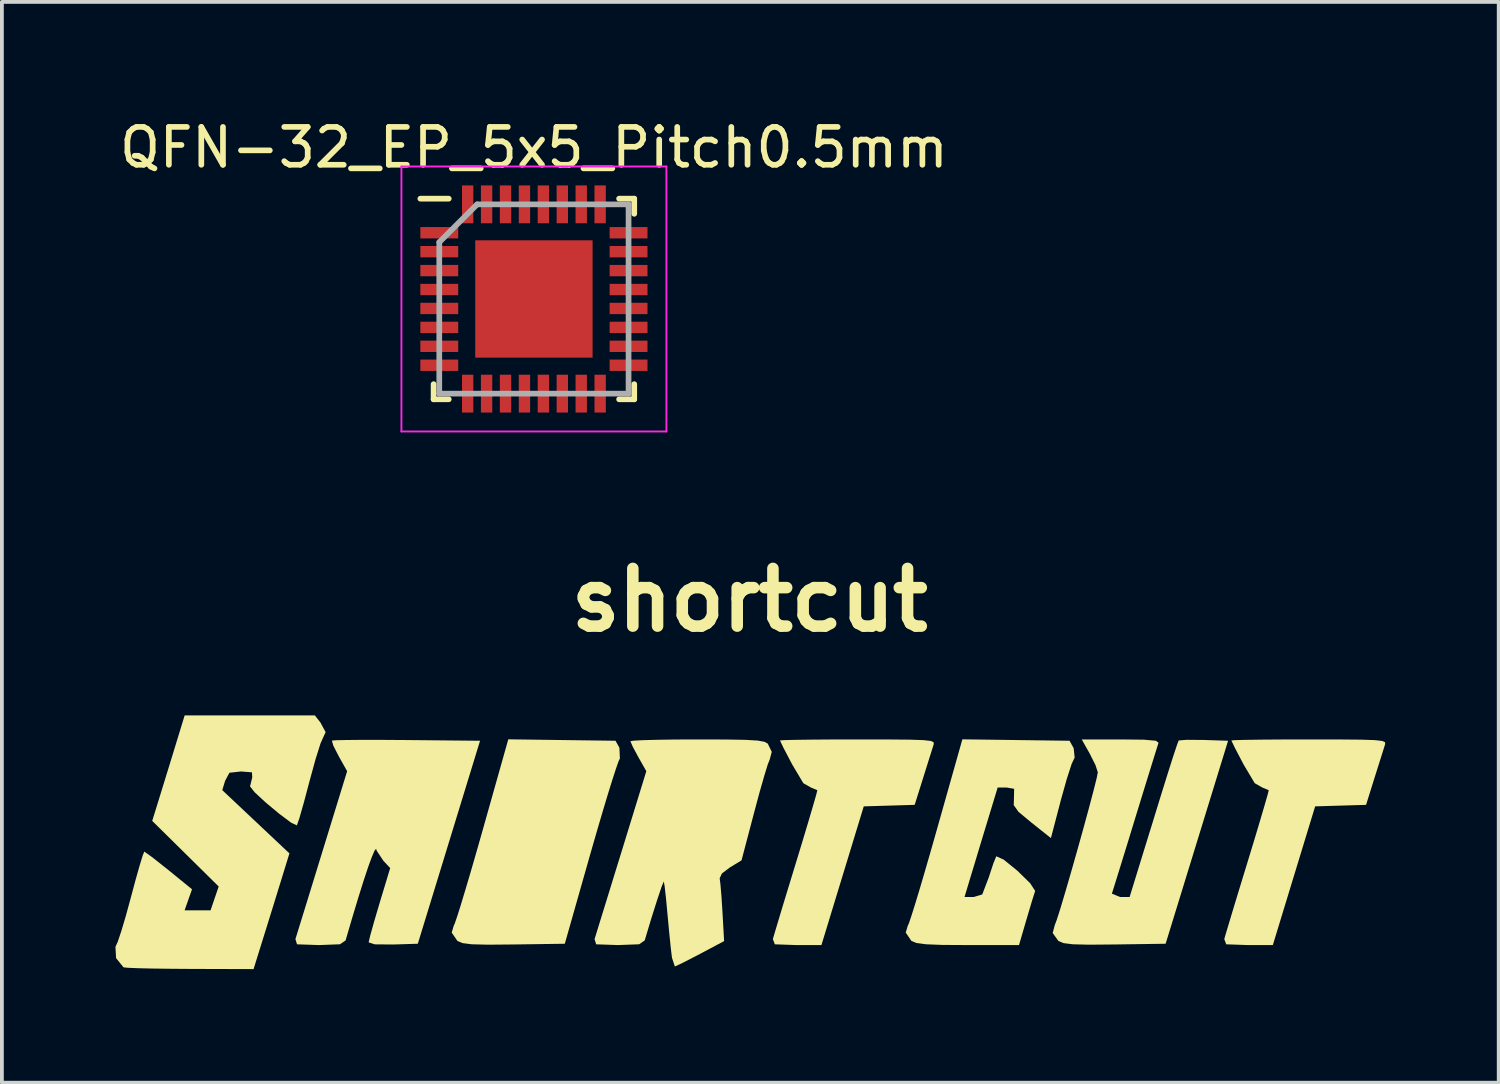
<source format=kicad_pcb>
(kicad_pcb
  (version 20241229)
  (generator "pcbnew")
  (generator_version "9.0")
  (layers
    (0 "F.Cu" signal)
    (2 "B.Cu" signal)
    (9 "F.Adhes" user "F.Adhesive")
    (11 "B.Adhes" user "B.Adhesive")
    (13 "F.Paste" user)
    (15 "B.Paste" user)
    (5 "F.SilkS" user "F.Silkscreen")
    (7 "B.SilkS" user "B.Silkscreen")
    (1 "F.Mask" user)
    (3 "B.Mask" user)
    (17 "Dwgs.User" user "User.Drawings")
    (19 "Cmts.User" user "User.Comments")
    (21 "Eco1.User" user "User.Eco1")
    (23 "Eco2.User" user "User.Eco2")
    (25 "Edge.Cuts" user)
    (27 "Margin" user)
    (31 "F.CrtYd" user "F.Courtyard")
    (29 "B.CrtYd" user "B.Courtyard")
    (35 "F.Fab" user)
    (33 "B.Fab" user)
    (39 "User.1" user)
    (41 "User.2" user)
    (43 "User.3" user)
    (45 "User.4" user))
  (footprint "QFN-32_EP_5x5_Pitch0.5mm"
    (layer "F.Cu")
    (at 11.054 4.848)
    (property "Reference" "QFN-32_EP_5x5_Pitch0.5mm" (at 0 -4 0) (layer "F.SilkS") (effects (font (size 1 1) (thickness 0.15))))
    (attr smd)
    (fp_line (start -2.65 2.65) (end -2.65 2.25) (stroke (width 0.15) (type solid)) (layer "F.SilkS"))
    (fp_line (start -2.25 -2.65) (end -3 -2.65) (stroke (width 0.15) (type solid)) (layer "F.SilkS"))
    (fp_line (start -2.25 2.65) (end -2.65 2.65) (stroke (width 0.15) (type solid)) (layer "F.SilkS"))
    (fp_line (start 2.25 -2.65) (end 2.65 -2.65) (stroke (width 0.15) (type solid)) (layer "F.SilkS"))
    (fp_line (start 2.25 2.65) (end 2.65 2.65) (stroke (width 0.15) (type solid)) (layer "F.SilkS"))
    (fp_line (start 2.65 -2.65) (end 2.65 -2.25) (stroke (width 0.15) (type solid)) (layer "F.SilkS"))
    (fp_line (start 2.65 2.65) (end 2.65 2.25) (stroke (width 0.15) (type solid)) (layer "F.SilkS"))
    (fp_line (start -3.5 -3.5) (end 3.5 -3.5) (stroke (width 0.05) (type solid)) (layer "F.CrtYd"))
    (fp_line (start -3.5 3.5) (end -3.5 -3.5) (stroke (width 0.05) (type solid)) (layer "F.CrtYd"))
    (fp_line (start 3.5 -3.5) (end 3.5 3.5) (stroke (width 0.05) (type solid)) (layer "F.CrtYd"))
    (fp_line (start 3.5 3.5) (end -3.5 3.5) (stroke (width 0.05) (type solid)) (layer "F.CrtYd"))
    (fp_line (start -2.5 -1.5) (end -2.5 2.5) (stroke (width 0.15) (type solid)) (layer "F.Fab"))
    (fp_line (start -2.5 2.5) (end 2.5 2.5) (stroke (width 0.15) (type solid)) (layer "F.Fab"))
    (fp_line (start -1.5 -2.5) (end -2.5 -1.5) (stroke (width 0.15) (type solid)) (layer "F.Fab"))
    (fp_line (start 2.5 -2.5) (end -1.5 -2.5) (stroke (width 0.15) (type solid)) (layer "F.Fab"))
    (fp_line (start 2.5 2.5) (end 2.5 -2.5) (stroke (width 0.15) (type solid)) (layer "F.Fab"))
    (pad "1" smd rect (at -2.5 -1.75 90) (size 0.3 1) (layers "F.Cu" "F.Mask" "F.Paste"))
    (pad "2" smd rect (at -2.5 -1.25 90) (size 0.3 1) (layers "F.Cu" "F.Mask" "F.Paste"))
    (pad "3" smd rect (at -2.5 -0.75 90) (size 0.3 1) (layers "F.Cu" "F.Mask" "F.Paste"))
    (pad "4" smd rect (at -2.5 -0.25 90) (size 0.3 1) (layers "F.Cu" "F.Mask" "F.Paste"))
    (pad "5" smd rect (at -2.5 0.25 90) (size 0.3 1) (layers "F.Cu" "F.Mask" "F.Paste"))
    (pad "5" smd rect (at 0 0) (size 3.1 3.1) (layers "F.Cu" "F.Mask" "F.Paste"))
    (pad "6" smd rect (at -2.5 0.75 90) (size 0.3 1) (layers "F.Cu" "F.Mask" "F.Paste"))
    (pad "7" smd rect (at -2.5 1.25 90) (size 0.3 1) (layers "F.Cu" "F.Mask" "F.Paste"))
    (pad "8" smd rect (at -2.5 1.75 90) (size 0.3 1) (layers "F.Cu" "F.Mask" "F.Paste"))
    (pad "9" smd rect (at -1.75 2.5) (size 0.3 1) (layers "F.Cu" "F.Mask" "F.Paste"))
    (pad "10" smd rect (at -1.25 2.5) (size 0.3 1) (layers "F.Cu" "F.Mask" "F.Paste"))
    (pad "11" smd rect (at -0.75 2.5) (size 0.3 1) (layers "F.Cu" "F.Mask" "F.Paste"))
    (pad "12" smd rect (at -0.25 2.5) (size 0.3 1) (layers "F.Cu" "F.Mask" "F.Paste"))
    (pad "13" smd rect (at 0.25 2.5) (size 0.3 1) (layers "F.Cu" "F.Mask" "F.Paste"))
    (pad "14" smd rect (at 0.75 2.5) (size 0.3 1) (layers "F.Cu" "F.Mask" "F.Paste"))
    (pad "15" smd rect (at 1.25 2.5) (size 0.3 1) (layers "F.Cu" "F.Mask" "F.Paste"))
    (pad "16" smd rect (at 1.75 2.5) (size 0.3 1) (layers "F.Cu" "F.Mask" "F.Paste"))
    (pad "17" smd rect (at 2.5 1.75 90) (size 0.3 1) (layers "F.Cu" "F.Mask" "F.Paste"))
    (pad "18" smd rect (at 2.5 1.25 90) (size 0.3 1) (layers "F.Cu" "F.Mask" "F.Paste"))
    (pad "19" smd rect (at 2.5 0.75 90) (size 0.3 1) (layers "F.Cu" "F.Mask" "F.Paste"))
    (pad "20" smd rect (at 2.5 0.25 90) (size 0.3 1) (layers "F.Cu" "F.Mask" "F.Paste"))
    (pad "21" smd rect (at 2.5 -0.25 90) (size 0.3 1) (layers "F.Cu" "F.Mask" "F.Paste"))
    (pad "22" smd rect (at 2.5 -0.75 90) (size 0.3 1) (layers "F.Cu" "F.Mask" "F.Paste"))
    (pad "23" smd rect (at 2.5 -1.25 90) (size 0.3 1) (layers "F.Cu" "F.Mask" "F.Paste"))
    (pad "24" smd rect (at 2.5 -1.75 90) (size 0.3 1) (layers "F.Cu" "F.Mask" "F.Paste"))
    (pad "25" smd rect (at 1.75 -2.5) (size 0.3 1) (layers "F.Cu" "F.Mask" "F.Paste"))
    (pad "26" smd rect (at 1.25 -2.5) (size 0.3 1) (layers "F.Cu" "F.Mask" "F.Paste"))
    (pad "27" smd rect (at 0.75 -2.5) (size 0.3 1) (layers "F.Cu" "F.Mask" "F.Paste"))
    (pad "28" smd rect (at 0.25 -2.5) (size 0.3 1) (layers "F.Cu" "F.Mask" "F.Paste"))
    (pad "29" smd rect (at -0.25 -2.5) (size 0.3 1) (layers "F.Cu" "F.Mask" "F.Paste"))
    (pad "30" smd rect (at -0.75 -2.5) (size 0.3 1) (layers "F.Cu" "F.Mask" "F.Paste"))
    (pad "31" smd rect (at -1.25 -2.5) (size 0.3 1) (layers "F.Cu" "F.Mask" "F.Paste"))
    (pad "32" smd rect (at -1.75 -2.5) (size 0.3 1) (layers "F.Cu" "F.Mask" "F.Paste")))
  (footprint "shortcut"
    (layer "F.Cu")
    (at 16.751 19.199)
    (property "Reference" "shortcut" (at 0 -6.399 0) (layer "F.SilkS") (effects (font (size 1.524 1.524) (thickness 0.305))))
    (attr smd)
    (fp_poly (pts (xy -16.538 3.304) (xy -16.735 3.061) (xy -16.751 2.761) (xy -16.691 2.63) (xy -16.594 2.34) (xy -16.474 1.935) (xy -16.344 1.458) (xy -16.218 0.988) (xy -16.109 0.603) (xy -16.029 0.343) (xy -15.989 0.247) (xy -15.783 0.393) (xy -15.34 0.744) (xy -14.729 1.242) (xy -14.827 1.52) (xy -14.925 1.799) (xy -14.582 1.799) (xy -14.239 1.799) (xy -14.132 1.484) (xy -14.024 1.169) (xy -14.902 0.302) (xy -15.78 -0.564) (xy -15.529 -1.376) (xy -15.418 -1.737) (xy -15.3 -2.12) (xy -15.19 -2.479) (xy -15.101 -2.769) (xy -14.923 -3.351) (xy -13.204 -3.351) (xy -11.484 -3.351) (xy -3.149 -2.669) (xy -3.059 -2.684) (xy -2.808 -2.697) (xy -2.427 -2.707) (xy -1.944 -2.714) (xy -1.39 -2.716) (xy -0.627 -2.714) (xy -0.109 -2.705) (xy 0.214 -2.686) (xy 0.394 -2.653) (xy 0.48 -2.606) (xy 0.586 -2.388) (xy 0.531 -2.184) (xy 0.48 -2.055) (xy 0.388 -1.755) (xy 0.266 -1.328) (xy 0.129 -0.819) (xy -0.213 0.479) (xy -0.516 0.662) (xy -0.731 0.825) (xy -0.79 0.952) (xy -0.77 1.112) (xy -0.743 1.429) (xy -0.717 1.834) (xy -0.673 2.611) (xy -1.303 2.946) (xy -1.76 3.182) (xy -1.974 3.281) (xy -2.05 3.052) (xy -2.079 2.815) (xy -2.12 2.416) (xy -2.165 1.94) (xy -2.207 1.493) (xy -2.243 1.168) (xy -2.266 1.036) (xy -2.323 1.172) (xy -2.447 1.542) (xy -2.607 2.048) (xy -2.77 2.593) (xy -2.918 2.695) (xy -3.476 2.716) (xy -4.053 2.696) (xy -4.095 2.558) (xy -4.058 2.439) (xy -3.98 2.185) (xy -3.866 1.817) (xy -3.725 1.36) (xy -3.563 0.833) (xy -3.386 0.261) (xy -2.728 -1.877) (xy -2.939 -2.25) (xy -3.087 -2.526) (xy -3.149 -2.669) (xy -11.484 -3.351) (xy -10.925 -2.695) (xy -10.639 -2.701) (xy -10.211 -2.705) (xy -9.674 -2.704) (xy -9.061 -2.7) (xy -7.12 -2.681) (xy -7.942 0) (xy -8.764 2.681) (xy -9.413 2.701) (xy -9.903 2.697) (xy -10.063 2.644) (xy -10.024 2.475) (xy -9.922 2.109) (xy -9.779 1.624) (xy -9.494 0.682) (xy -9.673 0.49) (xy -9.851 0.223) (xy -9.866 0.171) (xy -9.909 0.227) (xy -9.978 0.387) (xy -10.073 0.646) (xy -10.191 1.001) (xy -10.331 1.447) (xy -10.492 1.979) (xy -10.672 2.593) (xy -10.82 2.695) (xy -11.378 2.716) (xy -11.955 2.696) (xy -11.997 2.558) (xy -11.96 2.439) (xy -11.882 2.185) (xy -11.768 1.817) (xy -11.627 1.36) (xy -11.465 0.833) (xy -11.289 0.261) (xy -10.631 -1.877) (xy -10.849 -2.265) (xy -10.994 -2.548) (xy -11.035 -2.685) (xy -10.925 -2.695) (xy -11.484 -3.351) (xy -6.374 -2.719) (xy -4.958 -2.7) (xy -3.542 -2.681) (xy -3.439 -2.497) (xy -3.426 -2.215) (xy -3.465 -2.129) (xy -3.535 -1.927) (xy -3.633 -1.625) (xy -3.753 -1.238) (xy -3.89 -0.78) (xy -4.04 -0.269) (xy -4.199 0.282) (xy -4.881 2.681) (xy -6.22 2.7) (xy -6.91 2.706) (xy -7.341 2.695) (xy -7.585 2.664) (xy -7.717 2.608) (xy -7.869 2.386) (xy -7.817 2.211) (xy -7.786 2.14) (xy -7.721 1.95) (xy -7.628 1.655) (xy -7.512 1.271) (xy -7.376 0.813) (xy -7.226 0.295) (xy -7.066 -0.266) (xy -6.374 -2.719) (xy -11.484 -3.351) (xy 0.802 -2.689) (xy 0.907 -2.698) (xy 1.2 -2.705) (xy 1.644 -2.711) (xy 2.207 -2.715) (xy 2.853 -2.716) (xy 3.672 -2.715) (xy 4.237 -2.71) (xy 4.593 -2.698) (xy 4.787 -2.676) (xy 4.862 -2.642) (xy 4.865 -2.593) (xy 4.814 -2.429) (xy 4.716 -2.119) (xy 4.594 -1.729) (xy 4.361 -0.988) (xy 3.689 -0.968) (xy 3.016 -0.948) (xy 2.457 0.884) (xy 1.898 2.716) (xy 1.237 2.716) (xy 0.667 2.696) (xy 0.615 2.558) (xy 0.657 2.413) (xy 0.749 2.106) (xy 0.88 1.67) (xy 1.042 1.139) (xy 1.223 0.547) (xy 1.402 -0.04) (xy 1.557 -0.558) (xy 1.68 -0.975) (xy 1.761 -1.258) (xy 1.79 -1.375) (xy 1.62 -1.446) (xy 1.42 -1.56) (xy 1.126 -2.054) (xy 0.897 -2.491) (xy 0.802 -2.689) (xy -11.484 -3.351) (xy 5.621 -2.719) (xy 7.037 -2.7) (xy 8.452 -2.681) (xy 8.561 -2.485) (xy 8.587 -2.238) (xy 8.508 -2.07) (xy 8.381 -1.678) (xy 8.232 -1.148) (xy 7.96 -0.11) (xy 7.452 -0.514) (xy 7.102 -0.805) (xy 6.978 -0.981) (xy 6.984 -1.182) (xy 6.988 -1.412) (xy 6.788 -1.446) (xy 6.553 -1.445) (xy 6.205 -0.299) (xy 6.063 0.169) (xy 5.934 0.598) (xy 5.83 0.94) (xy 5.768 1.146) (xy 5.678 1.446) (xy 5.917 1.446) (xy 6.146 1.379) (xy 6.316 0.935) (xy 6.44 0.558) (xy 6.517 0.37) (xy 6.714 0.46) (xy 7.074 0.752) (xy 7.412 1.083) (xy 7.544 1.286) (xy 7.459 1.553) (xy 7.311 2.052) (xy 7.117 2.716) (xy 5.775 2.716) (xy 5.094 2.712) (xy 4.66 2.695) (xy 4.409 2.662) (xy 4.275 2.607) (xy 4.275 2.607) (xy 4.125 2.386) (xy 4.177 2.211) (xy 4.209 2.14) (xy 4.273 1.95) (xy 4.366 1.655) (xy 4.483 1.271) (xy 4.618 0.813) (xy 4.768 0.295) (xy 4.928 -0.266) (xy 5.621 -2.719) (xy -11.484 -3.351) (xy 8.774 -2.716) (xy 9.805 -2.716) (xy 10.423 -2.709) (xy 10.733 -2.681) (xy 10.803 -2.628) (xy 10.763 -2.503) (xy 10.671 -2.207) (xy 10.537 -1.775) (xy 10.372 -1.24) (xy 10.186 -0.635) (xy 10.001 -0.03) (xy 9.836 0.505) (xy 9.702 0.937) (xy 9.61 1.233) (xy 9.57 1.358) (xy 9.788 1.446) (xy 10.039 1.446) (xy 10.251 0.758) (xy 10.322 0.527) (xy 10.415 0.225) (xy 10.524 -0.128) (xy 10.643 -0.512) (xy 10.764 -0.907) (xy 10.883 -1.293) (xy 11.049 -1.825) (xy 11.189 -2.266) (xy 11.29 -2.569) (xy 11.335 -2.689) (xy 11.545 -2.706) (xy 12.004 -2.702) (xy 12.64 -2.681) (xy 11.815 0.000001) (xy 10.99 2.681) (xy 9.653 2.7) (xy 8.964 2.706) (xy 8.534 2.695) (xy 8.29 2.664) (xy 8.158 2.608) (xy 8.158 2.608) (xy 8.007 2.397) (xy 8.063 2.184) (xy 8.112 2.057) (xy 8.209 1.753) (xy 8.34 1.314) (xy 8.494 0.784) (xy 8.658 0.207) (xy 8.82 -0.374) (xy 8.967 -0.913) (xy 9.087 -1.368) (xy 9.169 -1.695) (xy 9.199 -1.849) (xy 9.136 -2.041) (xy 8.986 -2.34) (xy 8.774 -2.716) (xy -11.484 -3.351) (xy 12.726 -2.689) (xy 12.831 -2.698) (xy 13.123 -2.705) (xy 13.568 -2.711) (xy 14.131 -2.715) (xy 14.777 -2.716) (xy 15.596 -2.715) (xy 16.161 -2.71) (xy 16.517 -2.698) (xy 16.711 -2.676) (xy 16.786 -2.642) (xy 16.789 -2.593) (xy 16.738 -2.429) (xy 16.64 -2.119) (xy 16.517 -1.729) (xy 16.285 -0.988) (xy 15.612 -0.968) (xy 14.94 -0.948) (xy 14.381 0.884) (xy 13.822 2.716) (xy 13.161 2.716) (xy 12.591 2.696) (xy 12.539 2.558) (xy 12.581 2.413) (xy 12.673 2.106) (xy 12.804 1.67) (xy 12.966 1.139) (xy 13.147 0.547) (xy 13.326 -0.04) (xy 13.481 -0.558) (xy 13.604 -0.975) (xy 13.685 -1.258) (xy 13.714 -1.375) (xy 13.544 -1.446) (xy 13.344 -1.56) (xy 13.05 -2.054) (xy 12.821 -2.491) (xy 12.726 -2.689) (xy -11.484 -3.351) (xy -11.338 -3.165) (xy -11.199 -2.909) (xy -11.261 -2.775) (xy -11.335 -2.609) (xy -11.465 -2.195) (xy -11.622 -1.623) (xy -11.775 -1.047) (xy -11.896 -0.624) (xy -11.959 -0.445) (xy -12.11 -0.517) (xy -12.422 -0.75) (xy -12.781 -1.049) (xy -13.076 -1.322) (xy -13.196 -1.475) (xy -13.138 -1.711) (xy -13.145 -1.847) (xy -13.433 -1.87) (xy -13.741 -1.836) (xy -13.854 -1.624) (xy -13.93 -1.377) (xy -13.043 -0.542) (xy -12.156 0.294) (xy -12.349 0.923) (xy -12.447 1.238) (xy -12.568 1.632) (xy -12.699 2.053) (xy -12.823 2.452) (xy -13.103 3.351) (xy -14.776 3.346) (xy -15.308 3.342) (xy -15.779 3.336) (xy -16.161 3.327) (xy -16.424 3.316) (xy -16.538 3.304) (xy -16.538 3.304)) (stroke (width 0) (type solid)) (fill yes) (layer "F.SilkS")))
  (gr_rect
    (start -3 -3)
    (end 36.54 25.55)
    (stroke (width 0.1) (type default))
    (fill no)
    (layer "Edge.Cuts")))
</source>
